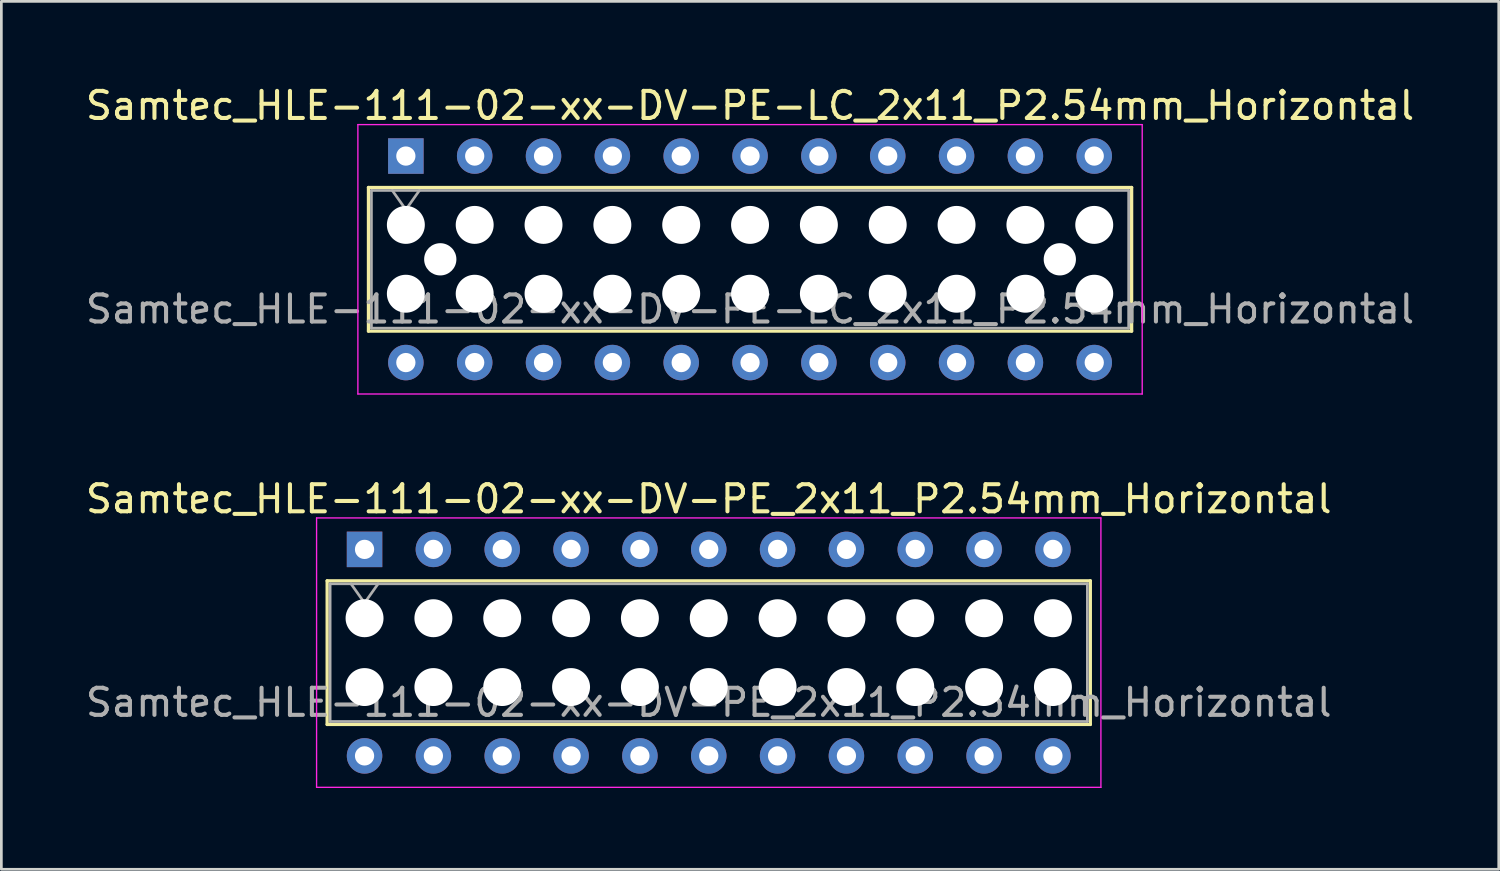
<source format=kicad_pcb>
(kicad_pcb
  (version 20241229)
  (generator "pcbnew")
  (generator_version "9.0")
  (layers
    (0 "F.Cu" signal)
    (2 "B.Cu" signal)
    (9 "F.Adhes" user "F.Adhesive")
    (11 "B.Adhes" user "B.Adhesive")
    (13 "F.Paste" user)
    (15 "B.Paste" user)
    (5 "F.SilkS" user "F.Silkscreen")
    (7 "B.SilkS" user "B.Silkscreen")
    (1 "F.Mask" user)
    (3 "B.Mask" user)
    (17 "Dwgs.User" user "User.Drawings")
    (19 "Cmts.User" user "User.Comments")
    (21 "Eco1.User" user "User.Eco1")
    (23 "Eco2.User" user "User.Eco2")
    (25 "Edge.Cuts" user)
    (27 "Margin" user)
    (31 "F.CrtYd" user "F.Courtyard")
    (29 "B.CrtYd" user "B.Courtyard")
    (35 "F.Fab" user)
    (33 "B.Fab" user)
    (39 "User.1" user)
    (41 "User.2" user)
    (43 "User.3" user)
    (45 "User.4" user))
  (footprint "Samtec_HLE-111-02-xx-DV-PE_2x11_P2.54mm_Horizontal"
    (layer "F.Cu")
    (at 10.401 17.221)
    (property "Reference" "Samtec_HLE-111-02-xx-DV-PE_2x11_P2.54mm_Horizontal" (at 12.7 -1.86 0) (layer "F.SilkS") (effects (font (size 1 1) (thickness 0.15))))
    (attr through_hole)
    (fp_line (start -1.38 1.16) (end 26.78 1.16) (stroke (width 0.12) (type solid)) (layer "F.SilkS"))
    (fp_line (start -1.38 6.46) (end -1.38 1.16) (stroke (width 0.12) (type solid)) (layer "F.SilkS"))
    (fp_line (start 26.78 1.16) (end 26.78 6.46) (stroke (width 0.12) (type solid)) (layer "F.SilkS"))
    (fp_line (start 26.78 6.46) (end -1.38 6.46) (stroke (width 0.12) (type solid)) (layer "F.SilkS"))
    (fp_line (start -1.77 -1.16) (end 27.17 -1.16) (stroke (width 0.05) (type solid)) (layer "F.CrtYd"))
    (fp_line (start -1.77 8.78) (end -1.77 -1.16) (stroke (width 0.05) (type solid)) (layer "F.CrtYd"))
    (fp_line (start 27.17 -1.16) (end 27.17 8.78) (stroke (width 0.05) (type solid)) (layer "F.CrtYd"))
    (fp_line (start 27.17 8.78) (end -1.77 8.78) (stroke (width 0.05) (type solid)) (layer "F.CrtYd"))
    (fp_line (start -1.27 1.27) (end 26.67 1.27) (stroke (width 0.1) (type solid)) (layer "F.Fab"))
    (fp_line (start -1.27 6.35) (end -1.27 1.27) (stroke (width 0.1) (type solid)) (layer "F.Fab"))
    (fp_line (start -0.5 1.27) (end 0 1.977) (stroke (width 0.1) (type solid)) (layer "F.Fab"))
    (fp_line (start 0 1.977) (end 0.5 1.27) (stroke (width 0.1) (type solid)) (layer "F.Fab"))
    (fp_line (start 26.67 1.27) (end 26.67 6.35) (stroke (width 0.1) (type solid)) (layer "F.Fab"))
    (fp_line (start 26.67 6.35) (end -1.27 6.35) (stroke (width 0.1) (type solid)) (layer "F.Fab"))
    (fp_text user "${REFERENCE}" (at 12.7 5.65 0) (layer "F.Fab") (effects (font (size 1 1) (thickness 0.15))))
    (pad "" np_thru_hole circle (at 0 2.54) (size 1.4 1.4) (drill 1.4) (layers "*.Cu" "*.Mask"))
    (pad "" np_thru_hole circle (at 0 5.08) (size 1.4 1.4) (drill 1.4) (layers "*.Cu" "*.Mask"))
    (pad "" np_thru_hole circle (at 2.54 2.54) (size 1.4 1.4) (drill 1.4) (layers "*.Cu" "*.Mask"))
    (pad "" np_thru_hole circle (at 2.54 5.08) (size 1.4 1.4) (drill 1.4) (layers "*.Cu" "*.Mask"))
    (pad "" np_thru_hole circle (at 5.08 2.54) (size 1.4 1.4) (drill 1.4) (layers "*.Cu" "*.Mask"))
    (pad "" np_thru_hole circle (at 5.08 5.08) (size 1.4 1.4) (drill 1.4) (layers "*.Cu" "*.Mask"))
    (pad "" np_thru_hole circle (at 7.62 2.54) (size 1.4 1.4) (drill 1.4) (layers "*.Cu" "*.Mask"))
    (pad "" np_thru_hole circle (at 7.62 5.08) (size 1.4 1.4) (drill 1.4) (layers "*.Cu" "*.Mask"))
    (pad "" np_thru_hole circle (at 10.16 2.54) (size 1.4 1.4) (drill 1.4) (layers "*.Cu" "*.Mask"))
    (pad "" np_thru_hole circle (at 10.16 5.08) (size 1.4 1.4) (drill 1.4) (layers "*.Cu" "*.Mask"))
    (pad "" np_thru_hole circle (at 12.7 2.54) (size 1.4 1.4) (drill 1.4) (layers "*.Cu" "*.Mask"))
    (pad "" np_thru_hole circle (at 12.7 5.08) (size 1.4 1.4) (drill 1.4) (layers "*.Cu" "*.Mask"))
    (pad "" np_thru_hole circle (at 15.24 2.54) (size 1.4 1.4) (drill 1.4) (layers "*.Cu" "*.Mask"))
    (pad "" np_thru_hole circle (at 15.24 5.08) (size 1.4 1.4) (drill 1.4) (layers "*.Cu" "*.Mask"))
    (pad "" np_thru_hole circle (at 17.78 2.54) (size 1.4 1.4) (drill 1.4) (layers "*.Cu" "*.Mask"))
    (pad "" np_thru_hole circle (at 17.78 5.08) (size 1.4 1.4) (drill 1.4) (layers "*.Cu" "*.Mask"))
    (pad "" np_thru_hole circle (at 20.32 2.54) (size 1.4 1.4) (drill 1.4) (layers "*.Cu" "*.Mask"))
    (pad "" np_thru_hole circle (at 20.32 5.08) (size 1.4 1.4) (drill 1.4) (layers "*.Cu" "*.Mask"))
    (pad "" np_thru_hole circle (at 22.86 2.54) (size 1.4 1.4) (drill 1.4) (layers "*.Cu" "*.Mask"))
    (pad "" np_thru_hole circle (at 22.86 5.08) (size 1.4 1.4) (drill 1.4) (layers "*.Cu" "*.Mask"))
    (pad "" np_thru_hole circle (at 25.4 2.54) (size 1.4 1.4) (drill 1.4) (layers "*.Cu" "*.Mask"))
    (pad "" np_thru_hole circle (at 25.4 5.08) (size 1.4 1.4) (drill 1.4) (layers "*.Cu" "*.Mask"))
    (pad "1" thru_hole rect (at 0 0) (size 1.31 1.31) (drill 0.71) (layers "*.Cu" "*.Mask"))
    (pad "2" thru_hole circle (at 0 7.62) (size 1.31 1.31) (drill 0.71) (layers "*.Cu" "*.Mask"))
    (pad "3" thru_hole circle (at 2.54 0) (size 1.31 1.31) (drill 0.71) (layers "*.Cu" "*.Mask"))
    (pad "4" thru_hole circle (at 2.54 7.62) (size 1.31 1.31) (drill 0.71) (layers "*.Cu" "*.Mask"))
    (pad "5" thru_hole circle (at 5.08 0) (size 1.31 1.31) (drill 0.71) (layers "*.Cu" "*.Mask"))
    (pad "6" thru_hole circle (at 5.08 7.62) (size 1.31 1.31) (drill 0.71) (layers "*.Cu" "*.Mask"))
    (pad "7" thru_hole circle (at 7.62 0) (size 1.31 1.31) (drill 0.71) (layers "*.Cu" "*.Mask"))
    (pad "8" thru_hole circle (at 7.62 7.62) (size 1.31 1.31) (drill 0.71) (layers "*.Cu" "*.Mask"))
    (pad "9" thru_hole circle (at 10.16 0) (size 1.31 1.31) (drill 0.71) (layers "*.Cu" "*.Mask"))
    (pad "10" thru_hole circle (at 10.16 7.62) (size 1.31 1.31) (drill 0.71) (layers "*.Cu" "*.Mask"))
    (pad "11" thru_hole circle (at 12.7 0) (size 1.31 1.31) (drill 0.71) (layers "*.Cu" "*.Mask"))
    (pad "12" thru_hole circle (at 12.7 7.62) (size 1.31 1.31) (drill 0.71) (layers "*.Cu" "*.Mask"))
    (pad "13" thru_hole circle (at 15.24 0) (size 1.31 1.31) (drill 0.71) (layers "*.Cu" "*.Mask"))
    (pad "14" thru_hole circle (at 15.24 7.62) (size 1.31 1.31) (drill 0.71) (layers "*.Cu" "*.Mask"))
    (pad "15" thru_hole circle (at 17.78 0) (size 1.31 1.31) (drill 0.71) (layers "*.Cu" "*.Mask"))
    (pad "16" thru_hole circle (at 17.78 7.62) (size 1.31 1.31) (drill 0.71) (layers "*.Cu" "*.Mask"))
    (pad "17" thru_hole circle (at 20.32 0) (size 1.31 1.31) (drill 0.71) (layers "*.Cu" "*.Mask"))
    (pad "18" thru_hole circle (at 20.32 7.62) (size 1.31 1.31) (drill 0.71) (layers "*.Cu" "*.Mask"))
    (pad "19" thru_hole circle (at 22.86 0) (size 1.31 1.31) (drill 0.71) (layers "*.Cu" "*.Mask"))
    (pad "20" thru_hole circle (at 22.86 7.62) (size 1.31 1.31) (drill 0.71) (layers "*.Cu" "*.Mask"))
    (pad "21" thru_hole circle (at 25.4 0) (size 1.31 1.31) (drill 0.71) (layers "*.Cu" "*.Mask"))
    (pad "22" thru_hole circle (at 25.4 7.62) (size 1.31 1.31) (drill 0.71) (layers "*.Cu" "*.Mask")))
  (footprint "Samtec_HLE-111-02-xx-DV-PE-LC_2x11_P2.54mm_Horizontal"
    (layer "F.Cu")
    (at 11.925 2.708)
    (property "Reference" "Samtec_HLE-111-02-xx-DV-PE-LC_2x11_P2.54mm_Horizontal" (at 12.7 -1.86 0) (layer "F.SilkS") (effects (font (size 1 1) (thickness 0.15))))
    (attr through_hole)
    (fp_line (start -1.38 1.16) (end 26.78 1.16) (stroke (width 0.12) (type solid)) (layer "F.SilkS"))
    (fp_line (start -1.38 6.46) (end -1.38 1.16) (stroke (width 0.12) (type solid)) (layer "F.SilkS"))
    (fp_line (start 26.78 1.16) (end 26.78 6.46) (stroke (width 0.12) (type solid)) (layer "F.SilkS"))
    (fp_line (start 26.78 6.46) (end -1.38 6.46) (stroke (width 0.12) (type solid)) (layer "F.SilkS"))
    (fp_line (start -1.77 -1.16) (end 27.17 -1.16) (stroke (width 0.05) (type solid)) (layer "F.CrtYd"))
    (fp_line (start -1.77 8.78) (end -1.77 -1.16) (stroke (width 0.05) (type solid)) (layer "F.CrtYd"))
    (fp_line (start 27.17 -1.16) (end 27.17 8.78) (stroke (width 0.05) (type solid)) (layer "F.CrtYd"))
    (fp_line (start 27.17 8.78) (end -1.77 8.78) (stroke (width 0.05) (type solid)) (layer "F.CrtYd"))
    (fp_line (start -1.27 1.27) (end 26.67 1.27) (stroke (width 0.1) (type solid)) (layer "F.Fab"))
    (fp_line (start -1.27 6.35) (end -1.27 1.27) (stroke (width 0.1) (type solid)) (layer "F.Fab"))
    (fp_line (start -0.5 1.27) (end 0 1.977) (stroke (width 0.1) (type solid)) (layer "F.Fab"))
    (fp_line (start 0 1.977) (end 0.5 1.27) (stroke (width 0.1) (type solid)) (layer "F.Fab"))
    (fp_line (start 26.67 1.27) (end 26.67 6.35) (stroke (width 0.1) (type solid)) (layer "F.Fab"))
    (fp_line (start 26.67 6.35) (end -1.27 6.35) (stroke (width 0.1) (type solid)) (layer "F.Fab"))
    (fp_text user "${REFERENCE}" (at 12.7 5.65 0) (layer "F.Fab") (effects (font (size 1 1) (thickness 0.15))))
    (pad "" np_thru_hole circle (at 0 2.54) (size 1.4 1.4) (drill 1.4) (layers "*.Cu" "*.Mask"))
    (pad "" np_thru_hole circle (at 0 5.08) (size 1.4 1.4) (drill 1.4) (layers "*.Cu" "*.Mask"))
    (pad "" np_thru_hole circle (at 1.27 3.81) (size 1.19 1.19) (drill 1.19) (layers "*.Cu" "*.Mask"))
    (pad "" np_thru_hole circle (at 2.54 2.54) (size 1.4 1.4) (drill 1.4) (layers "*.Cu" "*.Mask"))
    (pad "" np_thru_hole circle (at 2.54 5.08) (size 1.4 1.4) (drill 1.4) (layers "*.Cu" "*.Mask"))
    (pad "" np_thru_hole circle (at 5.08 2.54) (size 1.4 1.4) (drill 1.4) (layers "*.Cu" "*.Mask"))
    (pad "" np_thru_hole circle (at 5.08 5.08) (size 1.4 1.4) (drill 1.4) (layers "*.Cu" "*.Mask"))
    (pad "" np_thru_hole circle (at 7.62 2.54) (size 1.4 1.4) (drill 1.4) (layers "*.Cu" "*.Mask"))
    (pad "" np_thru_hole circle (at 7.62 5.08) (size 1.4 1.4) (drill 1.4) (layers "*.Cu" "*.Mask"))
    (pad "" np_thru_hole circle (at 10.16 2.54) (size 1.4 1.4) (drill 1.4) (layers "*.Cu" "*.Mask"))
    (pad "" np_thru_hole circle (at 10.16 5.08) (size 1.4 1.4) (drill 1.4) (layers "*.Cu" "*.Mask"))
    (pad "" np_thru_hole circle (at 12.7 2.54) (size 1.4 1.4) (drill 1.4) (layers "*.Cu" "*.Mask"))
    (pad "" np_thru_hole circle (at 12.7 5.08) (size 1.4 1.4) (drill 1.4) (layers "*.Cu" "*.Mask"))
    (pad "" np_thru_hole circle (at 15.24 2.54) (size 1.4 1.4) (drill 1.4) (layers "*.Cu" "*.Mask"))
    (pad "" np_thru_hole circle (at 15.24 5.08) (size 1.4 1.4) (drill 1.4) (layers "*.Cu" "*.Mask"))
    (pad "" np_thru_hole circle (at 17.78 2.54) (size 1.4 1.4) (drill 1.4) (layers "*.Cu" "*.Mask"))
    (pad "" np_thru_hole circle (at 17.78 5.08) (size 1.4 1.4) (drill 1.4) (layers "*.Cu" "*.Mask"))
    (pad "" np_thru_hole circle (at 20.32 2.54) (size 1.4 1.4) (drill 1.4) (layers "*.Cu" "*.Mask"))
    (pad "" np_thru_hole circle (at 20.32 5.08) (size 1.4 1.4) (drill 1.4) (layers "*.Cu" "*.Mask"))
    (pad "" np_thru_hole circle (at 22.86 2.54) (size 1.4 1.4) (drill 1.4) (layers "*.Cu" "*.Mask"))
    (pad "" np_thru_hole circle (at 22.86 5.08) (size 1.4 1.4) (drill 1.4) (layers "*.Cu" "*.Mask"))
    (pad "" np_thru_hole circle (at 24.13 3.81) (size 1.19 1.19) (drill 1.19) (layers "*.Cu" "*.Mask"))
    (pad "" np_thru_hole circle (at 25.4 2.54) (size 1.4 1.4) (drill 1.4) (layers "*.Cu" "*.Mask"))
    (pad "" np_thru_hole circle (at 25.4 5.08) (size 1.4 1.4) (drill 1.4) (layers "*.Cu" "*.Mask"))
    (pad "1" thru_hole rect (at 0 0) (size 1.31 1.31) (drill 0.71) (layers "*.Cu" "*.Mask"))
    (pad "2" thru_hole circle (at 0 7.62) (size 1.31 1.31) (drill 0.71) (layers "*.Cu" "*.Mask"))
    (pad "3" thru_hole circle (at 2.54 0) (size 1.31 1.31) (drill 0.71) (layers "*.Cu" "*.Mask"))
    (pad "4" thru_hole circle (at 2.54 7.62) (size 1.31 1.31) (drill 0.71) (layers "*.Cu" "*.Mask"))
    (pad "5" thru_hole circle (at 5.08 0) (size 1.31 1.31) (drill 0.71) (layers "*.Cu" "*.Mask"))
    (pad "6" thru_hole circle (at 5.08 7.62) (size 1.31 1.31) (drill 0.71) (layers "*.Cu" "*.Mask"))
    (pad "7" thru_hole circle (at 7.62 0) (size 1.31 1.31) (drill 0.71) (layers "*.Cu" "*.Mask"))
    (pad "8" thru_hole circle (at 7.62 7.62) (size 1.31 1.31) (drill 0.71) (layers "*.Cu" "*.Mask"))
    (pad "9" thru_hole circle (at 10.16 0) (size 1.31 1.31) (drill 0.71) (layers "*.Cu" "*.Mask"))
    (pad "10" thru_hole circle (at 10.16 7.62) (size 1.31 1.31) (drill 0.71) (layers "*.Cu" "*.Mask"))
    (pad "11" thru_hole circle (at 12.7 0) (size 1.31 1.31) (drill 0.71) (layers "*.Cu" "*.Mask"))
    (pad "12" thru_hole circle (at 12.7 7.62) (size 1.31 1.31) (drill 0.71) (layers "*.Cu" "*.Mask"))
    (pad "13" thru_hole circle (at 15.24 0) (size 1.31 1.31) (drill 0.71) (layers "*.Cu" "*.Mask"))
    (pad "14" thru_hole circle (at 15.24 7.62) (size 1.31 1.31) (drill 0.71) (layers "*.Cu" "*.Mask"))
    (pad "15" thru_hole circle (at 17.78 0) (size 1.31 1.31) (drill 0.71) (layers "*.Cu" "*.Mask"))
    (pad "16" thru_hole circle (at 17.78 7.62) (size 1.31 1.31) (drill 0.71) (layers "*.Cu" "*.Mask"))
    (pad "17" thru_hole circle (at 20.32 0) (size 1.31 1.31) (drill 0.71) (layers "*.Cu" "*.Mask"))
    (pad "18" thru_hole circle (at 20.32 7.62) (size 1.31 1.31) (drill 0.71) (layers "*.Cu" "*.Mask"))
    (pad "19" thru_hole circle (at 22.86 0) (size 1.31 1.31) (drill 0.71) (layers "*.Cu" "*.Mask"))
    (pad "20" thru_hole circle (at 22.86 7.62) (size 1.31 1.31) (drill 0.71) (layers "*.Cu" "*.Mask"))
    (pad "21" thru_hole circle (at 25.4 0) (size 1.31 1.31) (drill 0.71) (layers "*.Cu" "*.Mask"))
    (pad "22" thru_hole circle (at 25.4 7.62) (size 1.31 1.31) (drill 0.71) (layers "*.Cu" "*.Mask")))
  (gr_rect
    (start -3 -3)
    (end 52.25 29.026)
    (stroke (width 0.1) (type default))
    (fill no)
    (layer "Edge.Cuts")))
</source>
